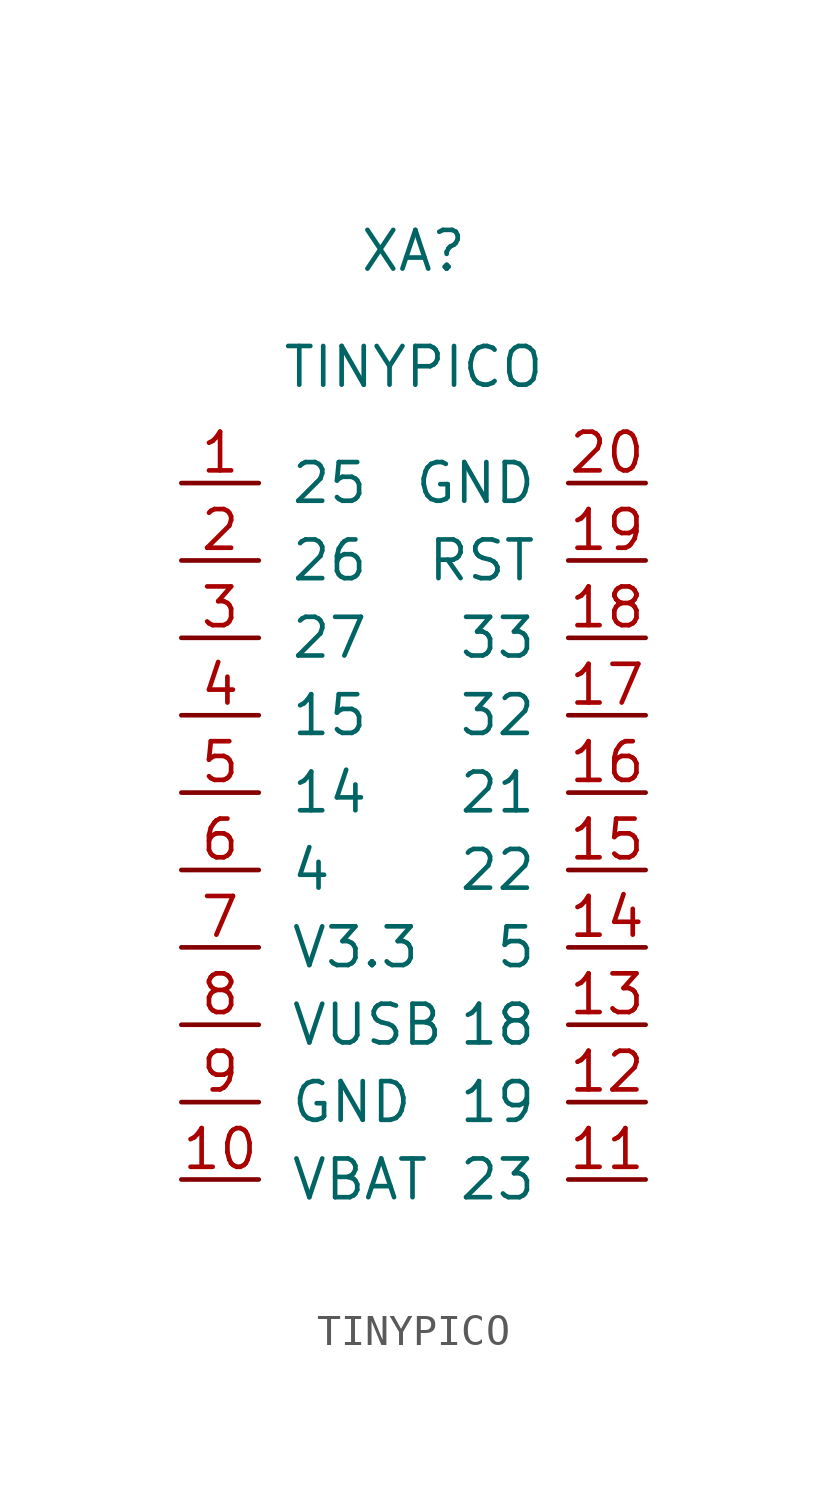
<source format=kicad_sym>
(kicad_symbol_lib
  (version 20241209)
  (generator "kicad_symbol_editor")
  (generator_version "9.0")
  (symbol "TINYPICO"
    (pin_names
      (offset 1.016))
    (property "Reference" "XA"
      (at 7.62 7.62 0)
      (effects (font (size 1.27 1.27))))
    (property "Value" "TINYPICO"
      (at 7.62 3.81 0)
      (effects (font (size 1.27 1.27))))
    (symbol "TINYPICO_1_1"
      (pin bidirectional line (at 0 0 0) (length 2.54) (name "25" (effects (font (size 1.27 1.27)))) (number "1" (effects (font (size 1.27 1.27)))))
      (pin bidirectional line (at 0 -2.54 0) (length 2.54) (name "26" (effects (font (size 1.27 1.27)))) (number "2" (effects (font (size 1.27 1.27)))))
      (pin bidirectional line (at 0 -5.08 0) (length 2.54) (name "27" (effects (font (size 1.27 1.27)))) (number "3" (effects (font (size 1.27 1.27)))))
      (pin bidirectional line (at 0 -7.62 0) (length 2.54) (name "15" (effects (font (size 1.27 1.27)))) (number "4" (effects (font (size 1.27 1.27)))))
      (pin bidirectional line (at 0 -10.16 0) (length 2.54) (name "14" (effects (font (size 1.27 1.27)))) (number "5" (effects (font (size 1.27 1.27)))))
      (pin bidirectional line (at 0 -12.7 0) (length 2.54) (name "4" (effects (font (size 1.27 1.27)))) (number "6" (effects (font (size 1.27 1.27)))))
      (pin power_in line (at 0 -15.24 0) (length 2.54) (name "V3.3" (effects (font (size 1.27 1.27)))) (number "7" (effects (font (size 1.27 1.27)))))
      (pin power_in line (at 0 -17.78 0) (length 2.54) (name "VUSB" (effects (font (size 1.27 1.27)))) (number "8" (effects (font (size 1.27 1.27)))))
      (pin power_in line (at 0 -20.32 0) (length 2.54) (name "GND" (effects (font (size 1.27 1.27)))) (number "9" (effects (font (size 1.27 1.27)))))
      (pin power_in line (at 0 -22.86 0) (length 2.54) (name "VBAT" (effects (font (size 1.27 1.27)))) (number "10" (effects (font (size 1.27 1.27)))))
      (pin power_in line (at 15.24 0 180) (length 2.54) (name "GND" (effects (font (size 1.27 1.27)))) (number "20" (effects (font (size 1.27 1.27)))))
      (pin input line (at 15.24 -2.54 180) (length 2.54) (name "RST" (effects (font (size 1.27 1.27)))) (number "19" (effects (font (size 1.27 1.27)))))
      (pin bidirectional line (at 15.24 -5.08 180) (length 2.54) (name "33" (effects (font (size 1.27 1.27)))) (number "18" (effects (font (size 1.27 1.27)))))
      (pin bidirectional line (at 15.24 -7.62 180) (length 2.54) (name "32" (effects (font (size 1.27 1.27)))) (number "17" (effects (font (size 1.27 1.27)))))
      (pin bidirectional line (at 15.24 -10.16 180) (length 2.54) (name "21" (effects (font (size 1.27 1.27)))) (number "16" (effects (font (size 1.27 1.27)))))
      (pin bidirectional line (at 15.24 -12.7 180) (length 2.54) (name "22" (effects (font (size 1.27 1.27)))) (number "15" (effects (font (size 1.27 1.27)))))
      (pin bidirectional line (at 15.24 -15.24 180) (length 2.54) (name "5" (effects (font (size 1.27 1.27)))) (number "14" (effects (font (size 1.27 1.27)))))
      (pin bidirectional line (at 15.24 -17.78 180) (length 2.54) (name "18" (effects (font (size 1.27 1.27)))) (number "13" (effects (font (size 1.27 1.27)))))
      (pin bidirectional line (at 15.24 -20.32 180) (length 2.54) (name "19" (effects (font (size 1.27 1.27)))) (number "12" (effects (font (size 1.27 1.27)))))
      (pin bidirectional line (at 15.24 -22.86 180) (length 2.54) (name "23" (effects (font (size 1.27 1.27)))) (number "11" (effects (font (size 1.27 1.27))))))))
</source>
